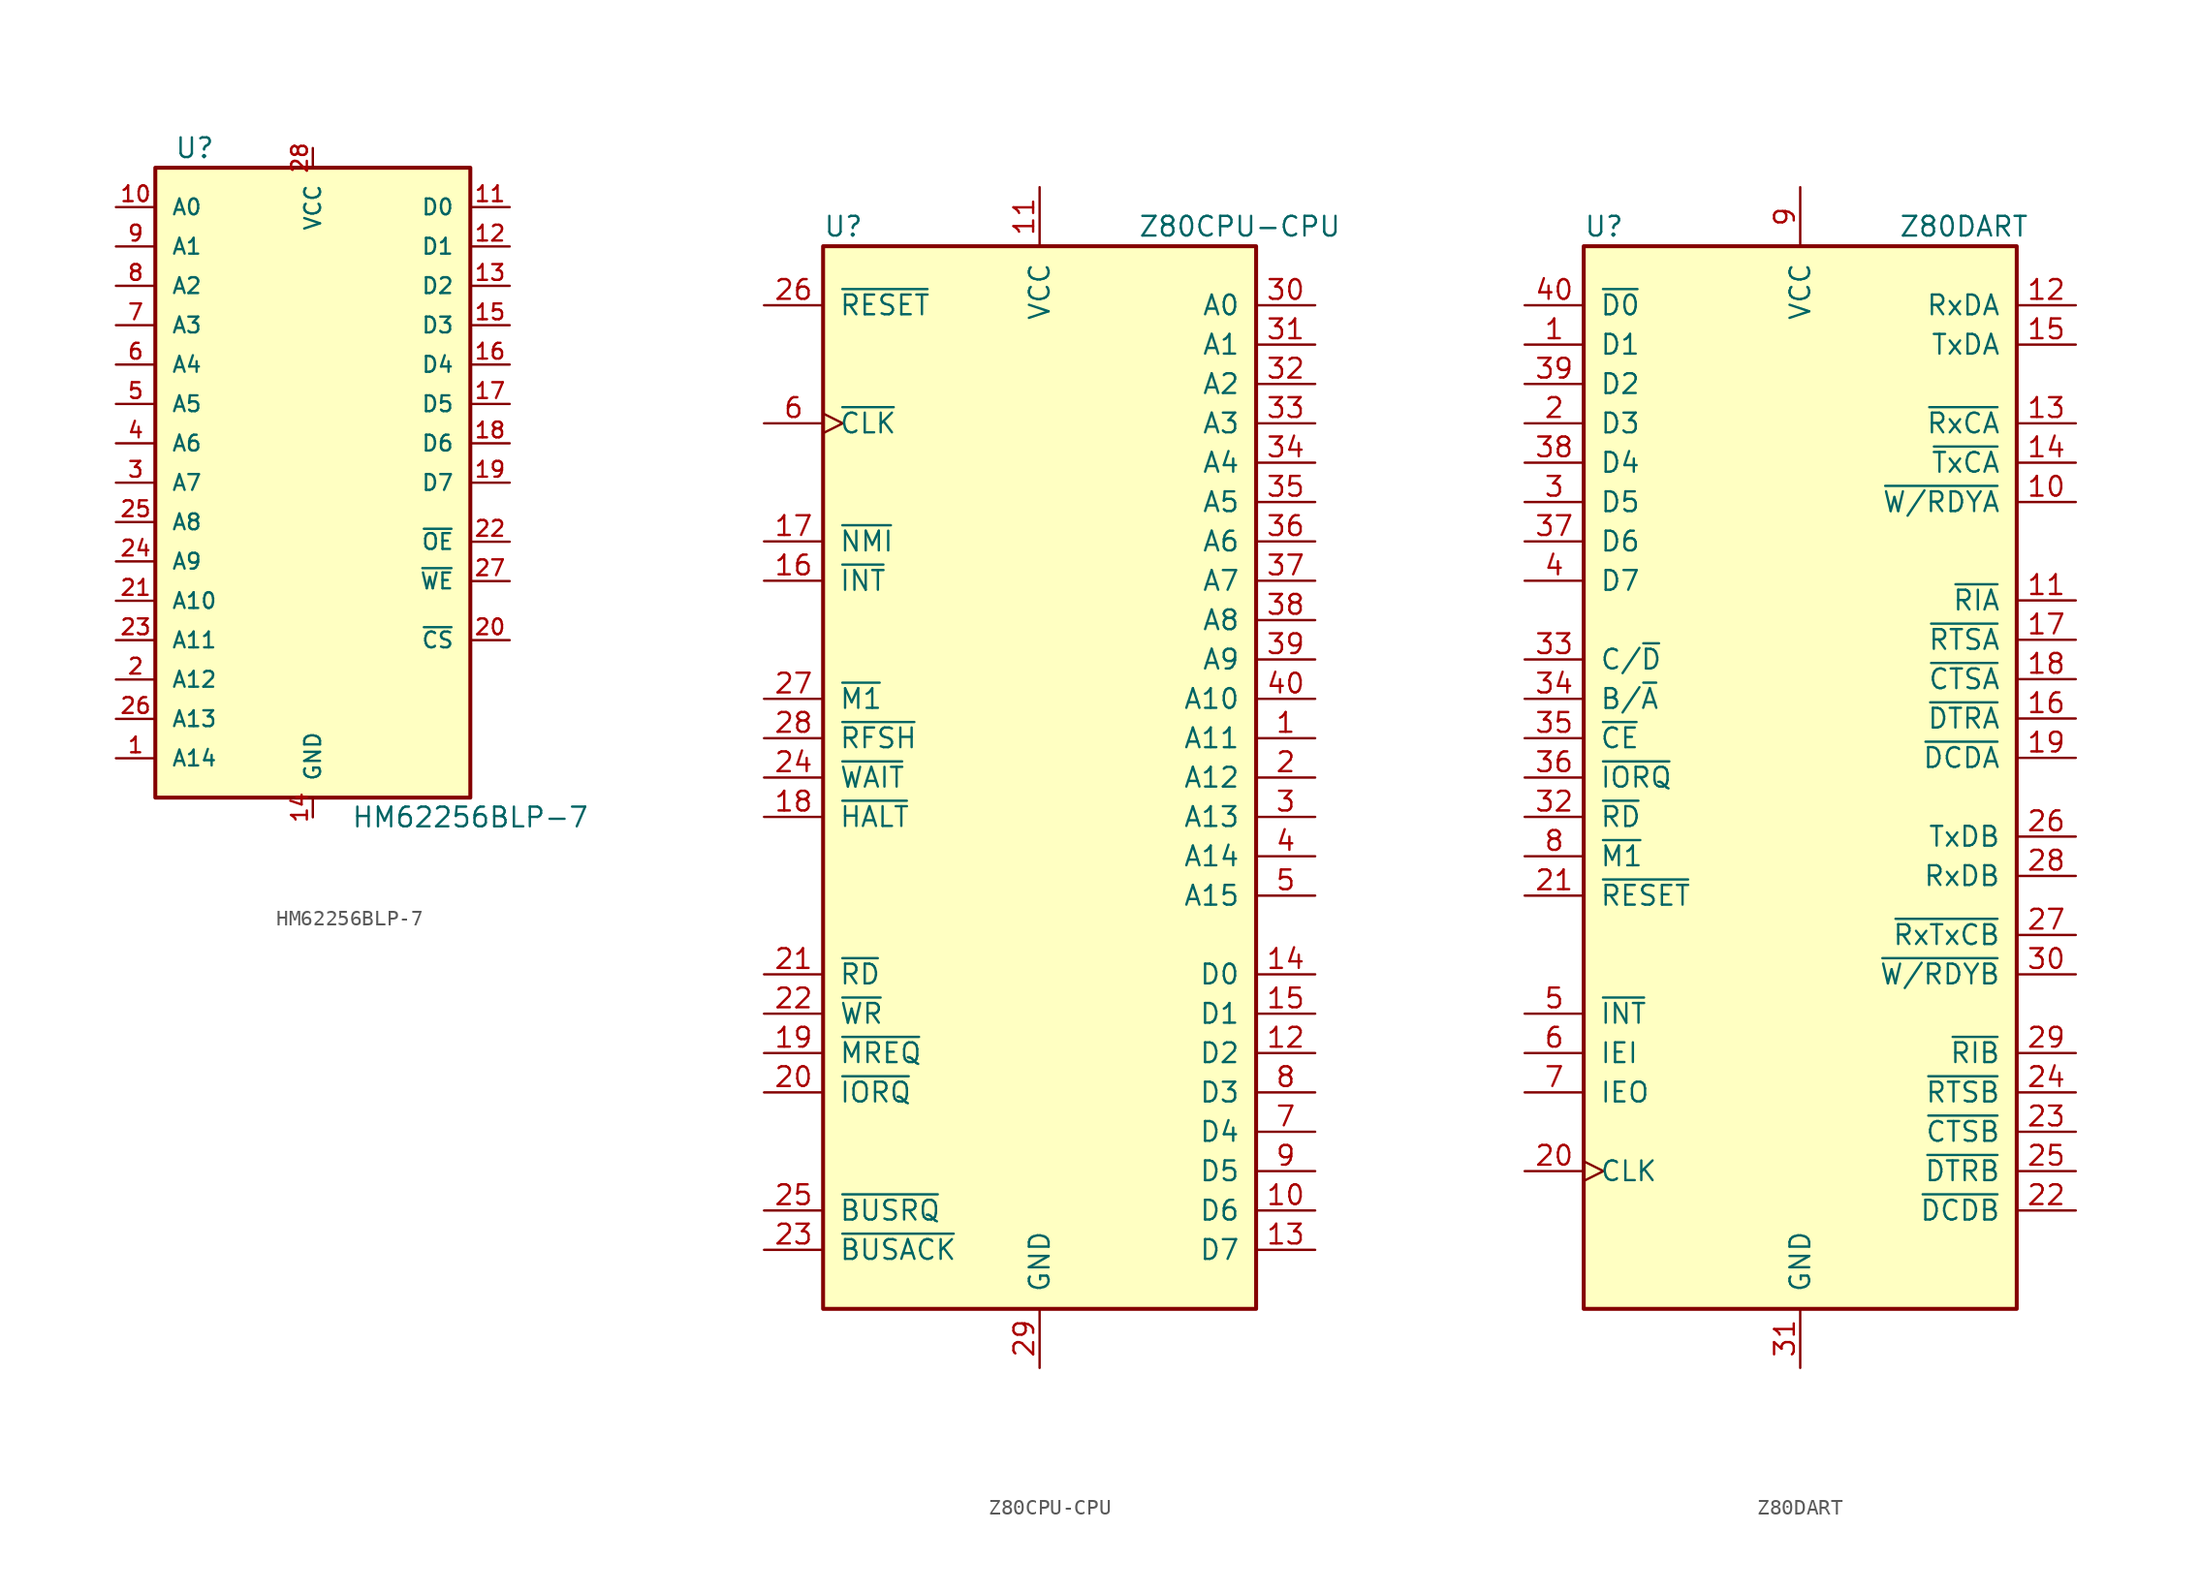
<source format=kicad_sym>
(kicad_symbol_lib
  (version 20211014)
  (generator kicad_symbol_editor)
  (symbol "HM62256BLP-7"
    (pin_names
      (offset 1.016))
    (property "Reference" "U"
      (at -7.62 22.86 0)
      (effects (font (size 1.27 1.27))))
    (property "Value" "HM62256BLP-7"
      (at 10.16 -20.32 0)
      (effects (font (size 1.27 1.27))))
    (symbol "HM62256BLP-7_0_0"
      (pin power_in line (at 0 -20.32 90) (length 1.27) (name "GND" (effects (font (size 1.016 1.016)))) (number "14" (effects (font (size 1.016 1.016)))))
      (pin power_in line (at 0 22.86 270) (length 1.27) (name "VCC" (effects (font (size 1.016 1.016)))) (number "28" (effects (font (size 1.016 1.016))))))
    (symbol "HM62256BLP-7_0_1"
      (rectangle (start -10.16 21.59) (end 10.16 -19.05) (stroke (width 0.254) (type default) (color 0 0 0 0)) (fill (type background))))
    (symbol "HM62256BLP-7_1_1"
      (pin input line (at -12.7 -16.51 0) (length 2.54) (name "A14" (effects (font (size 1.016 1.016)))) (number "1" (effects (font (size 1.016 1.016)))))
      (pin input line (at -12.7 19.05 0) (length 2.54) (name "A0" (effects (font (size 1.016 1.016)))) (number "10" (effects (font (size 1.016 1.016)))))
      (pin tri_state line (at 12.7 19.05 180) (length 2.54) (name "D0" (effects (font (size 1.016 1.016)))) (number "11" (effects (font (size 1.016 1.016)))))
      (pin tri_state line (at 12.7 16.51 180) (length 2.54) (name "D1" (effects (font (size 1.016 1.016)))) (number "12" (effects (font (size 1.016 1.016)))))
      (pin tri_state line (at 12.7 13.97 180) (length 2.54) (name "D2" (effects (font (size 1.016 1.016)))) (number "13" (effects (font (size 1.016 1.016)))))
      (pin tri_state line (at 12.7 11.43 180) (length 2.54) (name "D3" (effects (font (size 1.016 1.016)))) (number "15" (effects (font (size 1.016 1.016)))))
      (pin tri_state line (at 12.7 8.89 180) (length 2.54) (name "D4" (effects (font (size 1.016 1.016)))) (number "16" (effects (font (size 1.016 1.016)))))
      (pin tri_state line (at 12.7 6.35 180) (length 2.54) (name "D5" (effects (font (size 1.016 1.016)))) (number "17" (effects (font (size 1.016 1.016)))))
      (pin tri_state line (at 12.7 3.81 180) (length 2.54) (name "D6" (effects (font (size 1.016 1.016)))) (number "18" (effects (font (size 1.016 1.016)))))
      (pin tri_state line (at 12.7 1.27 180) (length 2.54) (name "D7" (effects (font (size 1.016 1.016)))) (number "19" (effects (font (size 1.016 1.016)))))
      (pin input line (at -12.7 -11.43 0) (length 2.54) (name "A12" (effects (font (size 1.016 1.016)))) (number "2" (effects (font (size 1.016 1.016)))))
      (pin input line (at 12.7 -8.89 180) (length 2.54) (name "~{CS}" (effects (font (size 1.016 1.016)))) (number "20" (effects (font (size 1.016 1.016)))))
      (pin input line (at -12.7 -6.35 0) (length 2.54) (name "A10" (effects (font (size 1.016 1.016)))) (number "21" (effects (font (size 1.016 1.016)))))
      (pin input line (at 12.7 -2.54 180) (length 2.54) (name "~{OE}" (effects (font (size 1.016 1.016)))) (number "22" (effects (font (size 1.016 1.016)))))
      (pin input line (at -12.7 -8.89 0) (length 2.54) (name "A11" (effects (font (size 1.016 1.016)))) (number "23" (effects (font (size 1.016 1.016)))))
      (pin input line (at -12.7 -3.81 0) (length 2.54) (name "A9" (effects (font (size 1.016 1.016)))) (number "24" (effects (font (size 1.016 1.016)))))
      (pin input line (at -12.7 -1.27 0) (length 2.54) (name "A8" (effects (font (size 1.016 1.016)))) (number "25" (effects (font (size 1.016 1.016)))))
      (pin input line (at -12.7 -13.97 0) (length 2.54) (name "A13" (effects (font (size 1.016 1.016)))) (number "26" (effects (font (size 1.016 1.016)))))
      (pin input line (at 12.7 -5.08 180) (length 2.54) (name "~{WE}" (effects (font (size 1.016 1.016)))) (number "27" (effects (font (size 1.016 1.016)))))
      (pin input line (at -12.7 1.27 0) (length 2.54) (name "A7" (effects (font (size 1.016 1.016)))) (number "3" (effects (font (size 1.016 1.016)))))
      (pin input line (at -12.7 3.81 0) (length 2.54) (name "A6" (effects (font (size 1.016 1.016)))) (number "4" (effects (font (size 1.016 1.016)))))
      (pin input line (at -12.7 6.35 0) (length 2.54) (name "A5" (effects (font (size 1.016 1.016)))) (number "5" (effects (font (size 1.016 1.016)))))
      (pin input line (at -12.7 8.89 0) (length 2.54) (name "A4" (effects (font (size 1.016 1.016)))) (number "6" (effects (font (size 1.016 1.016)))))
      (pin input line (at -12.7 11.43 0) (length 2.54) (name "A3" (effects (font (size 1.016 1.016)))) (number "7" (effects (font (size 1.016 1.016)))))
      (pin input line (at -12.7 13.97 0) (length 2.54) (name "A2" (effects (font (size 1.016 1.016)))) (number "8" (effects (font (size 1.016 1.016)))))
      (pin input line (at -12.7 16.51 0) (length 2.54) (name "A1" (effects (font (size 1.016 1.016)))) (number "9" (effects (font (size 1.016 1.016)))))))
  (symbol "Z80CPU-CPU"
    (pin_names
      (offset 1.016))
    (property "Reference" "U"
      (at -13.97 35.56 0)
      (effects (font (size 1.27 1.27)) (justify left)))
    (property "Value" "Z80CPU-CPU"
      (at 6.35 35.56 0)
      (effects (font (size 1.27 1.27)) (justify left)))
    (symbol "Z80CPU-CPU_0_1"
      (rectangle (start -13.97 34.29) (end 13.97 -34.29) (stroke (width 0.254) (type default) (color 0 0 0 0)) (fill (type background))))
    (symbol "Z80CPU-CPU_1_1"
      (pin output line (at 17.78 2.54 180) (length 3.81) (name "A11" (effects (font (size 1.27 1.27)))) (number "1" (effects (font (size 1.27 1.27)))))
      (pin bidirectional line (at 17.78 -27.94 180) (length 3.81) (name "D6" (effects (font (size 1.27 1.27)))) (number "10" (effects (font (size 1.27 1.27)))))
      (pin power_in line (at 0 38.1 270) (length 3.81) (name "VCC" (effects (font (size 1.27 1.27)))) (number "11" (effects (font (size 1.27 1.27)))))
      (pin bidirectional line (at 17.78 -17.78 180) (length 3.81) (name "D2" (effects (font (size 1.27 1.27)))) (number "12" (effects (font (size 1.27 1.27)))))
      (pin bidirectional line (at 17.78 -30.48 180) (length 3.81) (name "D7" (effects (font (size 1.27 1.27)))) (number "13" (effects (font (size 1.27 1.27)))))
      (pin bidirectional line (at 17.78 -12.7 180) (length 3.81) (name "D0" (effects (font (size 1.27 1.27)))) (number "14" (effects (font (size 1.27 1.27)))))
      (pin bidirectional line (at 17.78 -15.24 180) (length 3.81) (name "D1" (effects (font (size 1.27 1.27)))) (number "15" (effects (font (size 1.27 1.27)))))
      (pin input line (at -17.78 12.7 0) (length 3.81) (name "~{INT}" (effects (font (size 1.27 1.27)))) (number "16" (effects (font (size 1.27 1.27)))))
      (pin input line (at -17.78 15.24 0) (length 3.81) (name "~{NMI}" (effects (font (size 1.27 1.27)))) (number "17" (effects (font (size 1.27 1.27)))))
      (pin output line (at -17.78 -2.54 0) (length 3.81) (name "~{HALT}" (effects (font (size 1.27 1.27)))) (number "18" (effects (font (size 1.27 1.27)))))
      (pin output line (at -17.78 -17.78 0) (length 3.81) (name "~{MREQ}" (effects (font (size 1.27 1.27)))) (number "19" (effects (font (size 1.27 1.27)))))
      (pin output line (at 17.78 0 180) (length 3.81) (name "A12" (effects (font (size 1.27 1.27)))) (number "2" (effects (font (size 1.27 1.27)))))
      (pin output line (at -17.78 -20.32 0) (length 3.81) (name "~{IORQ}" (effects (font (size 1.27 1.27)))) (number "20" (effects (font (size 1.27 1.27)))))
      (pin output line (at -17.78 -12.7 0) (length 3.81) (name "~{RD}" (effects (font (size 1.27 1.27)))) (number "21" (effects (font (size 1.27 1.27)))))
      (pin output line (at -17.78 -15.24 0) (length 3.81) (name "~{WR}" (effects (font (size 1.27 1.27)))) (number "22" (effects (font (size 1.27 1.27)))))
      (pin output line (at -17.78 -30.48 0) (length 3.81) (name "~{BUSACK}" (effects (font (size 1.27 1.27)))) (number "23" (effects (font (size 1.27 1.27)))))
      (pin input line (at -17.78 0 0) (length 3.81) (name "~{WAIT}" (effects (font (size 1.27 1.27)))) (number "24" (effects (font (size 1.27 1.27)))))
      (pin input line (at -17.78 -27.94 0) (length 3.81) (name "~{BUSRQ}" (effects (font (size 1.27 1.27)))) (number "25" (effects (font (size 1.27 1.27)))))
      (pin input line (at -17.78 30.48 0) (length 3.81) (name "~{RESET}" (effects (font (size 1.27 1.27)))) (number "26" (effects (font (size 1.27 1.27)))))
      (pin output line (at -17.78 5.08 0) (length 3.81) (name "~{M1}" (effects (font (size 1.27 1.27)))) (number "27" (effects (font (size 1.27 1.27)))))
      (pin output line (at -17.78 2.54 0) (length 3.81) (name "~{RFSH}" (effects (font (size 1.27 1.27)))) (number "28" (effects (font (size 1.27 1.27)))))
      (pin power_in line (at 0 -38.1 90) (length 3.81) (name "GND" (effects (font (size 1.27 1.27)))) (number "29" (effects (font (size 1.27 1.27)))))
      (pin output line (at 17.78 -2.54 180) (length 3.81) (name "A13" (effects (font (size 1.27 1.27)))) (number "3" (effects (font (size 1.27 1.27)))))
      (pin output line (at 17.78 30.48 180) (length 3.81) (name "A0" (effects (font (size 1.27 1.27)))) (number "30" (effects (font (size 1.27 1.27)))))
      (pin output line (at 17.78 27.94 180) (length 3.81) (name "A1" (effects (font (size 1.27 1.27)))) (number "31" (effects (font (size 1.27 1.27)))))
      (pin output line (at 17.78 25.4 180) (length 3.81) (name "A2" (effects (font (size 1.27 1.27)))) (number "32" (effects (font (size 1.27 1.27)))))
      (pin output line (at 17.78 22.86 180) (length 3.81) (name "A3" (effects (font (size 1.27 1.27)))) (number "33" (effects (font (size 1.27 1.27)))))
      (pin output line (at 17.78 20.32 180) (length 3.81) (name "A4" (effects (font (size 1.27 1.27)))) (number "34" (effects (font (size 1.27 1.27)))))
      (pin output line (at 17.78 17.78 180) (length 3.81) (name "A5" (effects (font (size 1.27 1.27)))) (number "35" (effects (font (size 1.27 1.27)))))
      (pin output line (at 17.78 15.24 180) (length 3.81) (name "A6" (effects (font (size 1.27 1.27)))) (number "36" (effects (font (size 1.27 1.27)))))
      (pin output line (at 17.78 12.7 180) (length 3.81) (name "A7" (effects (font (size 1.27 1.27)))) (number "37" (effects (font (size 1.27 1.27)))))
      (pin output line (at 17.78 10.16 180) (length 3.81) (name "A8" (effects (font (size 1.27 1.27)))) (number "38" (effects (font (size 1.27 1.27)))))
      (pin output line (at 17.78 7.62 180) (length 3.81) (name "A9" (effects (font (size 1.27 1.27)))) (number "39" (effects (font (size 1.27 1.27)))))
      (pin output line (at 17.78 -5.08 180) (length 3.81) (name "A14" (effects (font (size 1.27 1.27)))) (number "4" (effects (font (size 1.27 1.27)))))
      (pin output line (at 17.78 5.08 180) (length 3.81) (name "A10" (effects (font (size 1.27 1.27)))) (number "40" (effects (font (size 1.27 1.27)))))
      (pin output line (at 17.78 -7.62 180) (length 3.81) (name "A15" (effects (font (size 1.27 1.27)))) (number "5" (effects (font (size 1.27 1.27)))))
      (pin input clock (at -17.78 22.86 0) (length 3.81) (name "~{CLK}" (effects (font (size 1.27 1.27)))) (number "6" (effects (font (size 1.27 1.27)))))
      (pin bidirectional line (at 17.78 -22.86 180) (length 3.81) (name "D4" (effects (font (size 1.27 1.27)))) (number "7" (effects (font (size 1.27 1.27)))))
      (pin bidirectional line (at 17.78 -20.32 180) (length 3.81) (name "D3" (effects (font (size 1.27 1.27)))) (number "8" (effects (font (size 1.27 1.27)))))
      (pin bidirectional line (at 17.78 -25.4 180) (length 3.81) (name "D5" (effects (font (size 1.27 1.27)))) (number "9" (effects (font (size 1.27 1.27)))))))
  (symbol "Z80DART"
    (pin_names
      (offset 1.016))
    (property "Reference" "U"
      (at -13.97 35.56 0)
      (effects (font (size 1.27 1.27)) (justify left)))
    (property "Value" "Z80DART"
      (at 6.35 35.56 0)
      (effects (font (size 1.27 1.27)) (justify left)))
    (symbol "Z80DART_0_1"
      (rectangle (start -13.97 34.29) (end 13.97 -34.29) (stroke (width 0.254) (type default) (color 0 0 0 0)) (fill (type background))))
    (symbol "Z80DART_1_1"
      (pin bidirectional line (at -17.78 27.94 0) (length 3.81) (name "D1" (effects (font (size 1.27 1.27)))) (number "1" (effects (font (size 1.27 1.27)))))
      (pin open_collector line (at 17.78 17.78 180) (length 3.81) (name "~{W/RDYA}" (effects (font (size 1.27 1.27)))) (number "10" (effects (font (size 1.27 1.27)))))
      (pin input line (at 17.78 11.43 180) (length 3.81) (name "~{RIA}" (effects (font (size 1.27 1.27)))) (number "11" (effects (font (size 1.27 1.27)))))
      (pin input line (at 17.78 30.48 180) (length 3.81) (name "RxDA" (effects (font (size 1.27 1.27)))) (number "12" (effects (font (size 1.27 1.27)))))
      (pin input line (at 17.78 22.86 180) (length 3.81) (name "~{RxCA}" (effects (font (size 1.27 1.27)))) (number "13" (effects (font (size 1.27 1.27)))))
      (pin input line (at 17.78 20.32 180) (length 3.81) (name "~{TxCA}" (effects (font (size 1.27 1.27)))) (number "14" (effects (font (size 1.27 1.27)))))
      (pin output line (at 17.78 27.94 180) (length 3.81) (name "TxDA" (effects (font (size 1.27 1.27)))) (number "15" (effects (font (size 1.27 1.27)))))
      (pin output line (at 17.78 3.81 180) (length 3.81) (name "~{DTRA}" (effects (font (size 1.27 1.27)))) (number "16" (effects (font (size 1.27 1.27)))))
      (pin output line (at 17.78 8.89 180) (length 3.81) (name "~{RTSA}" (effects (font (size 1.27 1.27)))) (number "17" (effects (font (size 1.27 1.27)))))
      (pin input line (at 17.78 6.35 180) (length 3.81) (name "~{CTSA}" (effects (font (size 1.27 1.27)))) (number "18" (effects (font (size 1.27 1.27)))))
      (pin input line (at 17.78 1.27 180) (length 3.81) (name "~{DCDA}" (effects (font (size 1.27 1.27)))) (number "19" (effects (font (size 1.27 1.27)))))
      (pin bidirectional line (at -17.78 22.86 0) (length 3.81) (name "D3" (effects (font (size 1.27 1.27)))) (number "2" (effects (font (size 1.27 1.27)))))
      (pin input clock (at -17.78 -25.4 0) (length 3.81) (name "CLK" (effects (font (size 1.27 1.27)))) (number "20" (effects (font (size 1.27 1.27)))))
      (pin input line (at -17.78 -7.62 0) (length 3.81) (name "~{RESET}" (effects (font (size 1.27 1.27)))) (number "21" (effects (font (size 1.27 1.27)))))
      (pin input line (at 17.78 -27.94 180) (length 3.81) (name "~{DCDB}" (effects (font (size 1.27 1.27)))) (number "22" (effects (font (size 1.27 1.27)))))
      (pin input line (at 17.78 -22.86 180) (length 3.81) (name "~{CTSB}" (effects (font (size 1.27 1.27)))) (number "23" (effects (font (size 1.27 1.27)))))
      (pin output line (at 17.78 -20.32 180) (length 3.81) (name "~{RTSB}" (effects (font (size 1.27 1.27)))) (number "24" (effects (font (size 1.27 1.27)))))
      (pin output line (at 17.78 -25.4 180) (length 3.81) (name "~{DTRB}" (effects (font (size 1.27 1.27)))) (number "25" (effects (font (size 1.27 1.27)))))
      (pin output line (at 17.78 -3.81 180) (length 3.81) (name "TxDB" (effects (font (size 1.27 1.27)))) (number "26" (effects (font (size 1.27 1.27)))))
      (pin input line (at 17.78 -10.16 180) (length 3.81) (name "~{RxTxCB}" (effects (font (size 1.27 1.27)))) (number "27" (effects (font (size 1.27 1.27)))))
      (pin input line (at 17.78 -6.35 180) (length 3.81) (name "RxDB" (effects (font (size 1.27 1.27)))) (number "28" (effects (font (size 1.27 1.27)))))
      (pin input line (at 17.78 -17.78 180) (length 3.81) (name "~{RIB}" (effects (font (size 1.27 1.27)))) (number "29" (effects (font (size 1.27 1.27)))))
      (pin bidirectional line (at -17.78 17.78 0) (length 3.81) (name "D5" (effects (font (size 1.27 1.27)))) (number "3" (effects (font (size 1.27 1.27)))))
      (pin open_collector line (at 17.78 -12.7 180) (length 3.81) (name "~{W/RDYB}" (effects (font (size 1.27 1.27)))) (number "30" (effects (font (size 1.27 1.27)))))
      (pin power_in line (at 0 -38.1 90) (length 3.81) (name "GND" (effects (font (size 1.27 1.27)))) (number "31" (effects (font (size 1.27 1.27)))))
      (pin input line (at -17.78 -2.54 0) (length 3.81) (name "~{RD}" (effects (font (size 1.27 1.27)))) (number "32" (effects (font (size 1.27 1.27)))))
      (pin input line (at -17.78 7.62 0) (length 3.81) (name "C/~{D}" (effects (font (size 1.27 1.27)))) (number "33" (effects (font (size 1.27 1.27)))))
      (pin input line (at -17.78 5.08 0) (length 3.81) (name "B/~{A}" (effects (font (size 1.27 1.27)))) (number "34" (effects (font (size 1.27 1.27)))))
      (pin input line (at -17.78 2.54 0) (length 3.81) (name "~{CE}" (effects (font (size 1.27 1.27)))) (number "35" (effects (font (size 1.27 1.27)))))
      (pin input line (at -17.78 0 0) (length 3.81) (name "~{IORQ}" (effects (font (size 1.27 1.27)))) (number "36" (effects (font (size 1.27 1.27)))))
      (pin bidirectional line (at -17.78 15.24 0) (length 3.81) (name "D6" (effects (font (size 1.27 1.27)))) (number "37" (effects (font (size 1.27 1.27)))))
      (pin bidirectional line (at -17.78 20.32 0) (length 3.81) (name "D4" (effects (font (size 1.27 1.27)))) (number "38" (effects (font (size 1.27 1.27)))))
      (pin bidirectional line (at -17.78 25.4 0) (length 3.81) (name "D2" (effects (font (size 1.27 1.27)))) (number "39" (effects (font (size 1.27 1.27)))))
      (pin bidirectional line (at -17.78 12.7 0) (length 3.81) (name "D7" (effects (font (size 1.27 1.27)))) (number "4" (effects (font (size 1.27 1.27)))))
      (pin bidirectional line (at -17.78 30.48 0) (length 3.81) (name "~{D0}" (effects (font (size 1.27 1.27)))) (number "40" (effects (font (size 1.27 1.27)))))
      (pin output line (at -17.78 -15.24 0) (length 3.81) (name "~{INT}" (effects (font (size 1.27 1.27)))) (number "5" (effects (font (size 1.27 1.27)))))
      (pin input line (at -17.78 -17.78 0) (length 3.81) (name "IEI" (effects (font (size 1.27 1.27)))) (number "6" (effects (font (size 1.27 1.27)))))
      (pin output line (at -17.78 -20.32 0) (length 3.81) (name "IEO" (effects (font (size 1.27 1.27)))) (number "7" (effects (font (size 1.27 1.27)))))
      (pin input line (at -17.78 -5.08 0) (length 3.81) (name "~{M1}" (effects (font (size 1.27 1.27)))) (number "8" (effects (font (size 1.27 1.27)))))
      (pin power_in line (at 0 38.1 270) (length 3.81) (name "VCC" (effects (font (size 1.27 1.27)))) (number "9" (effects (font (size 1.27 1.27))))))))
</source>
